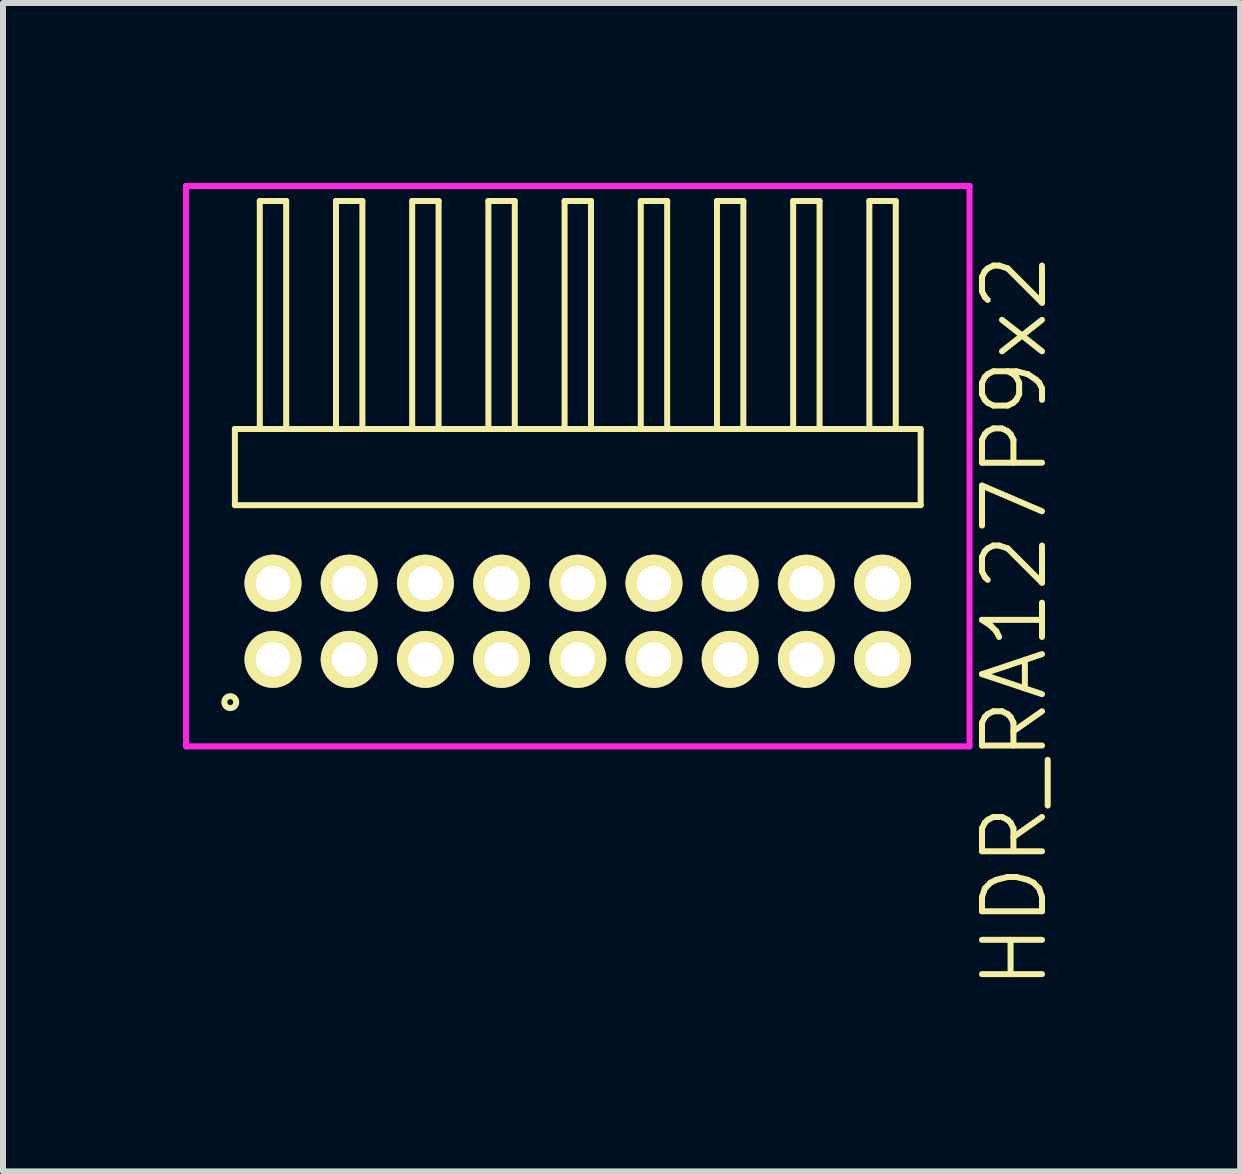
<source format=kicad_pcb>
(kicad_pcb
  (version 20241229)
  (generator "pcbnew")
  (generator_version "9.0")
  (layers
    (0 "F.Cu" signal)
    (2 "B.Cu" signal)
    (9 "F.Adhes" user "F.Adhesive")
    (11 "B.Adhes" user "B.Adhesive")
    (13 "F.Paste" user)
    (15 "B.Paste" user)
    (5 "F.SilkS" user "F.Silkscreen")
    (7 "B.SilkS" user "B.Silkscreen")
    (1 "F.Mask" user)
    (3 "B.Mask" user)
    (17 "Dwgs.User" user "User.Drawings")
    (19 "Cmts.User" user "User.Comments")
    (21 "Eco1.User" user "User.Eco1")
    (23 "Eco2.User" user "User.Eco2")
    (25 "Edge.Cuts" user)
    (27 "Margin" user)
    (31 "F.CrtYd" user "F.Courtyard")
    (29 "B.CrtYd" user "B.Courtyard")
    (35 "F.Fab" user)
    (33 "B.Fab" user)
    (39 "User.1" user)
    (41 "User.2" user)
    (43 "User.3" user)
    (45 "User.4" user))
  (footprint "HDR_RA127P9x2"
    (layer "F.Cu")
    (at 6.58 7.305)
    (property "Reference" "HDR_RA127P9x2" (at 7.28 0 90) (layer "F.SilkS") (effects (font (size 1 1) (thickness 0.1))))
    (attr through_hole)
    (fp_line (start -5.715 -3.205) (end -5.715 -1.935) (stroke (width 0.1) (type solid)) (layer "F.SilkS"))
    (fp_line (start -5.715 -1.935) (end 5.715 -1.935) (stroke (width 0.1) (type solid)) (layer "F.SilkS"))
    (fp_line (start -5.3 -7.005) (end -5.3 -3.205) (stroke (width 0.1) (type solid)) (layer "F.SilkS"))
    (fp_line (start -5.3 -3.205) (end -4.86 -3.205) (stroke (width 0.1) (type solid)) (layer "F.SilkS"))
    (fp_line (start -4.86 -7.005) (end -5.3 -7.005) (stroke (width 0.1) (type solid)) (layer "F.SilkS"))
    (fp_line (start -4.86 -3.205) (end -4.86 -7.005) (stroke (width 0.1) (type solid)) (layer "F.SilkS"))
    (fp_line (start -4.03 -7.005) (end -4.03 -3.205) (stroke (width 0.1) (type solid)) (layer "F.SilkS"))
    (fp_line (start -4.03 -3.205) (end -3.59 -3.205) (stroke (width 0.1) (type solid)) (layer "F.SilkS"))
    (fp_line (start -3.59 -7.005) (end -4.03 -7.005) (stroke (width 0.1) (type solid)) (layer "F.SilkS"))
    (fp_line (start -3.59 -3.205) (end -3.59 -7.005) (stroke (width 0.1) (type solid)) (layer "F.SilkS"))
    (fp_line (start -2.76 -7.005) (end -2.76 -3.205) (stroke (width 0.1) (type solid)) (layer "F.SilkS"))
    (fp_line (start -2.76 -3.205) (end -2.32 -3.205) (stroke (width 0.1) (type solid)) (layer "F.SilkS"))
    (fp_line (start -2.32 -7.005) (end -2.76 -7.005) (stroke (width 0.1) (type solid)) (layer "F.SilkS"))
    (fp_line (start -2.32 -3.205) (end -2.32 -7.005) (stroke (width 0.1) (type solid)) (layer "F.SilkS"))
    (fp_line (start -1.49 -7.005) (end -1.49 -3.205) (stroke (width 0.1) (type solid)) (layer "F.SilkS"))
    (fp_line (start -1.49 -3.205) (end -1.05 -3.205) (stroke (width 0.1) (type solid)) (layer "F.SilkS"))
    (fp_line (start -1.05 -7.005) (end -1.49 -7.005) (stroke (width 0.1) (type solid)) (layer "F.SilkS"))
    (fp_line (start -1.05 -3.205) (end -1.05 -7.005) (stroke (width 0.1) (type solid)) (layer "F.SilkS"))
    (fp_line (start -0.22 -7.005) (end -0.22 -3.205) (stroke (width 0.1) (type solid)) (layer "F.SilkS"))
    (fp_line (start -0.22 -3.205) (end 0.22 -3.205) (stroke (width 0.1) (type solid)) (layer "F.SilkS"))
    (fp_line (start 0.22 -7.005) (end -0.22 -7.005) (stroke (width 0.1) (type solid)) (layer "F.SilkS"))
    (fp_line (start 0.22 -3.205) (end 0.22 -7.005) (stroke (width 0.1) (type solid)) (layer "F.SilkS"))
    (fp_line (start 1.05 -7.005) (end 1.05 -3.205) (stroke (width 0.1) (type solid)) (layer "F.SilkS"))
    (fp_line (start 1.05 -3.205) (end 1.49 -3.205) (stroke (width 0.1) (type solid)) (layer "F.SilkS"))
    (fp_line (start 1.49 -7.005) (end 1.05 -7.005) (stroke (width 0.1) (type solid)) (layer "F.SilkS"))
    (fp_line (start 1.49 -3.205) (end 1.49 -7.005) (stroke (width 0.1) (type solid)) (layer "F.SilkS"))
    (fp_line (start 2.32 -7.005) (end 2.32 -3.205) (stroke (width 0.1) (type solid)) (layer "F.SilkS"))
    (fp_line (start 2.32 -3.205) (end 2.76 -3.205) (stroke (width 0.1) (type solid)) (layer "F.SilkS"))
    (fp_line (start 2.76 -7.005) (end 2.32 -7.005) (stroke (width 0.1) (type solid)) (layer "F.SilkS"))
    (fp_line (start 2.76 -3.205) (end 2.76 -7.005) (stroke (width 0.1) (type solid)) (layer "F.SilkS"))
    (fp_line (start 3.59 -7.005) (end 3.59 -3.205) (stroke (width 0.1) (type solid)) (layer "F.SilkS"))
    (fp_line (start 3.59 -3.205) (end 4.03 -3.205) (stroke (width 0.1) (type solid)) (layer "F.SilkS"))
    (fp_line (start 4.03 -7.005) (end 3.59 -7.005) (stroke (width 0.1) (type solid)) (layer "F.SilkS"))
    (fp_line (start 4.03 -3.205) (end 4.03 -7.005) (stroke (width 0.1) (type solid)) (layer "F.SilkS"))
    (fp_line (start 4.86 -7.005) (end 4.86 -3.205) (stroke (width 0.1) (type solid)) (layer "F.SilkS"))
    (fp_line (start 4.86 -3.205) (end 5.3 -3.205) (stroke (width 0.1) (type solid)) (layer "F.SilkS"))
    (fp_line (start 5.3 -7.005) (end 4.86 -7.005) (stroke (width 0.1) (type solid)) (layer "F.SilkS"))
    (fp_line (start 5.3 -3.205) (end 5.3 -7.005) (stroke (width 0.1) (type solid)) (layer "F.SilkS"))
    (fp_line (start 5.715 -3.205) (end -5.715 -3.205) (stroke (width 0.1) (type solid)) (layer "F.SilkS"))
    (fp_line (start 5.715 -1.935) (end 5.715 -3.205) (stroke (width 0.1) (type solid)) (layer "F.SilkS"))
    (fp_circle (center -5.792 1.348) (end -5.693 1.348) (stroke (width 0.1) (type solid)) (fill no) (layer "F.SilkS"))
    (fp_line (start -6.53 -7.255) (end -6.53 2.085) (stroke (width 0.1) (type solid)) (layer "F.CrtYd"))
    (fp_line (start -6.53 2.085) (end 6.53 2.085) (stroke (width 0.1) (type solid)) (layer "F.CrtYd"))
    (fp_line (start 6.53 -7.255) (end -6.53 -7.255) (stroke (width 0.1) (type solid)) (layer "F.CrtYd"))
    (fp_line (start 6.53 2.085) (end 6.53 -7.255) (stroke (width 0.1) (type solid)) (layer "F.CrtYd"))
    (pad "1" thru_hole oval (at -5.08 0.635) (size 0.95 0.95) (drill 0.57) (layers "*.Cu" "*.Mask" "F.SilkS"))
    (pad "2" thru_hole oval (at -5.08 -0.635) (size 0.95 0.95) (drill 0.57) (layers "*.Cu" "*.Mask" "F.SilkS"))
    (pad "3" thru_hole oval (at -3.81 0.635) (size 0.95 0.95) (drill 0.57) (layers "*.Cu" "*.Mask" "F.SilkS"))
    (pad "4" thru_hole oval (at -3.81 -0.635) (size 0.95 0.95) (drill 0.57) (layers "*.Cu" "*.Mask" "F.SilkS"))
    (pad "5" thru_hole oval (at -2.54 0.635) (size 0.95 0.95) (drill 0.57) (layers "*.Cu" "*.Mask" "F.SilkS"))
    (pad "6" thru_hole oval (at -2.54 -0.635) (size 0.95 0.95) (drill 0.57) (layers "*.Cu" "*.Mask" "F.SilkS"))
    (pad "7" thru_hole oval (at -1.27 0.635) (size 0.95 0.95) (drill 0.57) (layers "*.Cu" "*.Mask" "F.SilkS"))
    (pad "8" thru_hole oval (at -1.27 -0.635) (size 0.95 0.95) (drill 0.57) (layers "*.Cu" "*.Mask" "F.SilkS"))
    (pad "9" thru_hole oval (at 0 0.635) (size 0.95 0.95) (drill 0.57) (layers "*.Cu" "*.Mask" "F.SilkS"))
    (pad "10" thru_hole oval (at 0 -0.635) (size 0.95 0.95) (drill 0.57) (layers "*.Cu" "*.Mask" "F.SilkS"))
    (pad "11" thru_hole oval (at 1.27 0.635) (size 0.95 0.95) (drill 0.57) (layers "*.Cu" "*.Mask" "F.SilkS"))
    (pad "12" thru_hole oval (at 1.27 -0.635) (size 0.95 0.95) (drill 0.57) (layers "*.Cu" "*.Mask" "F.SilkS"))
    (pad "13" thru_hole oval (at 2.54 0.635) (size 0.95 0.95) (drill 0.57) (layers "*.Cu" "*.Mask" "F.SilkS"))
    (pad "14" thru_hole oval (at 2.54 -0.635) (size 0.95 0.95) (drill 0.57) (layers "*.Cu" "*.Mask" "F.SilkS"))
    (pad "15" thru_hole oval (at 3.81 0.635) (size 0.95 0.95) (drill 0.57) (layers "*.Cu" "*.Mask" "F.SilkS"))
    (pad "16" thru_hole oval (at 3.81 -0.635) (size 0.95 0.95) (drill 0.57) (layers "*.Cu" "*.Mask" "F.SilkS"))
    (pad "17" thru_hole oval (at 5.08 0.635) (size 0.95 0.95) (drill 0.57) (layers "*.Cu" "*.Mask" "F.SilkS"))
    (pad "18" thru_hole oval (at 5.08 -0.635) (size 0.95 0.95) (drill 0.57) (layers "*.Cu" "*.Mask" "F.SilkS")))
  (gr_rect
    (start -3 -3)
    (end 17.62 16.474)
    (stroke (width 0.1) (type default))
    (fill no)
    (layer "Edge.Cuts")))
</source>
